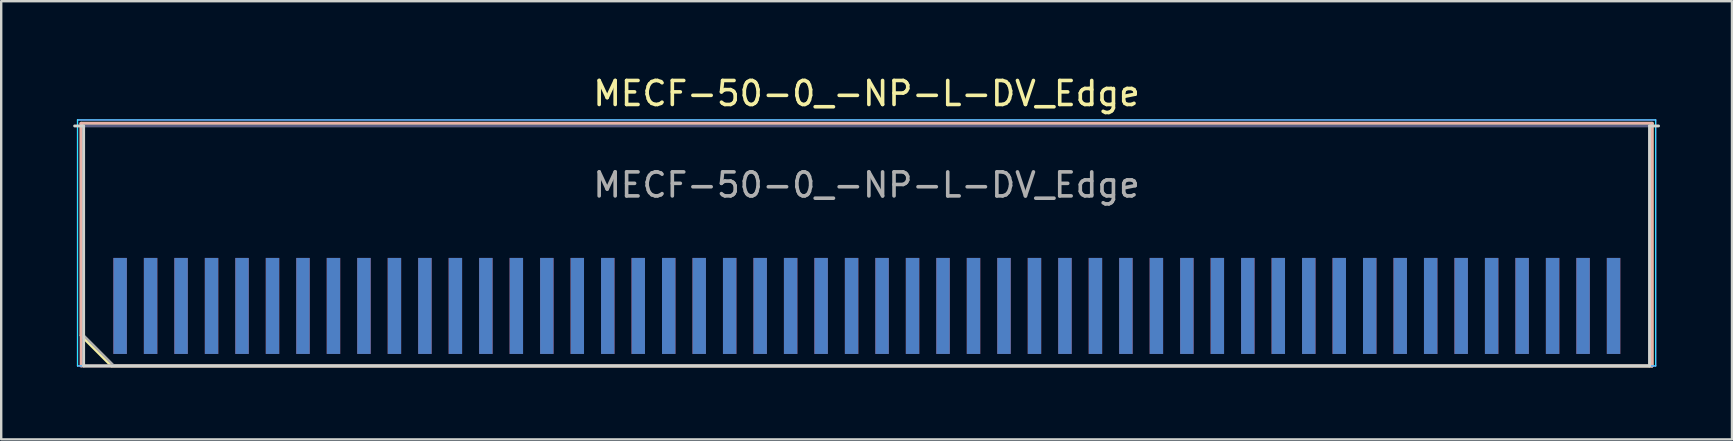
<source format=kicad_pcb>
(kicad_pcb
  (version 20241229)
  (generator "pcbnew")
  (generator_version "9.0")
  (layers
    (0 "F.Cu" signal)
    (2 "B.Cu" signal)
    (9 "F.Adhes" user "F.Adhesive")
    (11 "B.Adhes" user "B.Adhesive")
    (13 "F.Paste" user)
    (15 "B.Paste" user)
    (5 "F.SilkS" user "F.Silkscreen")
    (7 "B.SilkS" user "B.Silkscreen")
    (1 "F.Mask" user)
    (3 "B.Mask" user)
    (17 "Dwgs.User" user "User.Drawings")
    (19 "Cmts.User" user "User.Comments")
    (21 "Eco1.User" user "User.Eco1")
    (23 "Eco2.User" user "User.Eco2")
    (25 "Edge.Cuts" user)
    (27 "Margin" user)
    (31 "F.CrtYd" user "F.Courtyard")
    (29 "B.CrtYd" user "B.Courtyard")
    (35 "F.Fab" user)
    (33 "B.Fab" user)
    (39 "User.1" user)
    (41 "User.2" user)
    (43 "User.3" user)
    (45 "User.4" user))
  (footprint "MECF-50-0_-NP-L-DV_Edge"
    (layer "F.Cu")
    (at 33.06 7.198)
    (property "Reference" "MECF-50-0_-NP-L-DV_Edge" (at 0 -6.35 0) (layer "F.SilkS") (effects (font (size 1 1) (thickness 0.15))))
    (attr exclude_from_pos_files exclude_from_bom)
    (fp_line (start -32.73 -5.11) (end 32.73 -5.11) (stroke (width 0.12) (type solid)) (layer "F.SilkS"))
    (fp_line (start -32.73 3.73) (end -32.73 -5.11) (stroke (width 0.12) (type solid)) (layer "F.SilkS"))
    (fp_line (start -31.46 5) (end -32.73 3.73) (stroke (width 0.12) (type solid)) (layer "F.SilkS"))
    (fp_line (start -31.46 5) (end 32.73 5) (stroke (width 0.12) (type solid)) (layer "F.SilkS"))
    (fp_line (start 32.73 5) (end 32.73 -5.11) (stroke (width 0.12) (type solid)) (layer "F.SilkS"))
    (fp_line (start -32.73 -5.11) (end 32.73 -5.11) (stroke (width 0.12) (type solid)) (layer "B.SilkS"))
    (fp_line (start -32.73 5) (end -32.73 -5.11) (stroke (width 0.12) (type solid)) (layer "B.SilkS"))
    (fp_line (start -32.73 5) (end 32.73 5) (stroke (width 0.12) (type solid)) (layer "B.SilkS"))
    (fp_line (start 32.73 5) (end 32.73 -5.11) (stroke (width 0.12) (type solid)) (layer "B.SilkS"))
    (fp_line (start -33 -5) (end -32.625 -5) (stroke (width 0.12) (type solid)) (layer "Edge.Cuts"))
    (fp_line (start -32.625 5) (end -32.625 -5) (stroke (width 0.12) (type solid)) (layer "Edge.Cuts"))
    (fp_line (start -32.625 5) (end 32.625 5) (stroke (width 0.12) (type solid)) (layer "Edge.Cuts"))
    (fp_line (start 32.625 5) (end 32.625 -5) (stroke (width 0.12) (type solid)) (layer "Edge.Cuts"))
    (fp_line (start 33 -5) (end 32.625 -5) (stroke (width 0.12) (type solid)) (layer "Edge.Cuts"))
    (fp_line (start -32.88 -5.25) (end -32.88 5) (stroke (width 0.05) (type solid)) (layer "B.CrtYd"))
    (fp_line (start -32.88 5) (end 32.88 5) (stroke (width 0.05) (type solid)) (layer "B.CrtYd"))
    (fp_line (start 32.88 -5.25) (end -32.88 -5.25) (stroke (width 0.05) (type solid)) (layer "B.CrtYd"))
    (fp_line (start 32.88 5) (end 32.88 -5.25) (stroke (width 0.05) (type solid)) (layer "B.CrtYd"))
    (fp_line (start -32.88 -5.25) (end -32.88 5) (stroke (width 0.05) (type solid)) (layer "F.CrtYd"))
    (fp_line (start -32.88 5) (end 32.88 5) (stroke (width 0.05) (type solid)) (layer "F.CrtYd"))
    (fp_line (start 32.88 -5.25) (end -32.88 -5.25) (stroke (width 0.05) (type solid)) (layer "F.CrtYd"))
    (fp_line (start 32.88 5) (end 32.88 -5.25) (stroke (width 0.05) (type solid)) (layer "F.CrtYd"))
    (fp_line (start -32.625 -5) (end 32.625 -5) (stroke (width 0.1) (type solid)) (layer "B.Fab"))
    (fp_line (start -32.625 5) (end -32.625 -5) (stroke (width 0.1) (type solid)) (layer "B.Fab"))
    (fp_line (start -32.625 5) (end 32.625 5) (stroke (width 0.1) (type solid)) (layer "B.Fab"))
    (fp_line (start 32.625 5) (end 32.625 -5) (stroke (width 0.1) (type solid)) (layer "B.Fab"))
    (fp_line (start -32.625 -5) (end 32.625 -5) (stroke (width 0.1) (type solid)) (layer "F.Fab"))
    (fp_line (start -32.625 3.73) (end -32.625 -5) (stroke (width 0.1) (type solid)) (layer "F.Fab"))
    (fp_line (start -32.625 3.73) (end -31.355 5) (stroke (width 0.1) (type solid)) (layer "F.Fab"))
    (fp_line (start -31.355 5) (end 32.625 5) (stroke (width 0.1) (type solid)) (layer "F.Fab"))
    (fp_line (start 32.625 5) (end 32.625 -5) (stroke (width 0.1) (type solid)) (layer "F.Fab"))
    (fp_text user "${REFERENCE}" (at 0 -2.54 0) (layer "F.Fab") (effects (font (size 1 1) (thickness 0.15))))
    (pad "1" smd rect (at -31.105 2.5) (size 0.56 4) (layers "F.Cu" "F.Mask" "F.Paste"))
    (pad "2" smd rect (at -31.105 2.5) (size 0.56 4) (layers "B.Cu" "B.Mask" "B.Paste"))
    (pad "3" smd rect (at -29.835 2.5) (size 0.56 4) (layers "F.Cu" "F.Mask" "F.Paste"))
    (pad "4" smd rect (at -29.835 2.5) (size 0.56 4) (layers "B.Cu" "B.Mask" "B.Paste"))
    (pad "5" smd rect (at -28.565 2.5) (size 0.56 4) (layers "F.Cu" "F.Mask" "F.Paste"))
    (pad "6" smd rect (at -28.565 2.5) (size 0.56 4) (layers "B.Cu" "B.Mask" "B.Paste"))
    (pad "7" smd rect (at -27.295 2.5) (size 0.56 4) (layers "F.Cu" "F.Mask" "F.Paste"))
    (pad "8" smd rect (at -27.295 2.5) (size 0.56 4) (layers "B.Cu" "B.Mask" "B.Paste"))
    (pad "9" smd rect (at -26.025 2.5) (size 0.56 4) (layers "F.Cu" "F.Mask" "F.Paste"))
    (pad "10" smd rect (at -26.025 2.5) (size 0.56 4) (layers "B.Cu" "B.Mask" "B.Paste"))
    (pad "11" smd rect (at -24.755 2.5) (size 0.56 4) (layers "F.Cu" "F.Mask" "F.Paste"))
    (pad "12" smd rect (at -24.755 2.5) (size 0.56 4) (layers "B.Cu" "B.Mask" "B.Paste"))
    (pad "13" smd rect (at -23.485 2.5) (size 0.56 4) (layers "F.Cu" "F.Mask" "F.Paste"))
    (pad "14" smd rect (at -23.485 2.5) (size 0.56 4) (layers "B.Cu" "B.Mask" "B.Paste"))
    (pad "15" smd rect (at -22.215 2.5) (size 0.56 4) (layers "F.Cu" "F.Mask" "F.Paste"))
    (pad "16" smd rect (at -22.215 2.5) (size 0.56 4) (layers "B.Cu" "B.Mask" "B.Paste"))
    (pad "17" smd rect (at -20.945 2.5) (size 0.56 4) (layers "F.Cu" "F.Mask" "F.Paste"))
    (pad "18" smd rect (at -20.945 2.5) (size 0.56 4) (layers "B.Cu" "B.Mask" "B.Paste"))
    (pad "19" smd rect (at -19.675 2.5) (size 0.56 4) (layers "F.Cu" "F.Mask" "F.Paste"))
    (pad "20" smd rect (at -19.675 2.5) (size 0.56 4) (layers "B.Cu" "B.Mask" "B.Paste"))
    (pad "21" smd rect (at -18.405 2.5) (size 0.56 4) (layers "F.Cu" "F.Mask" "F.Paste"))
    (pad "22" smd rect (at -18.405 2.5) (size 0.56 4) (layers "B.Cu" "B.Mask" "B.Paste"))
    (pad "23" smd rect (at -17.135 2.5) (size 0.56 4) (layers "F.Cu" "F.Mask" "F.Paste"))
    (pad "24" smd rect (at -17.135 2.5) (size 0.56 4) (layers "B.Cu" "B.Mask" "B.Paste"))
    (pad "25" smd rect (at -15.865 2.5) (size 0.56 4) (layers "F.Cu" "F.Mask" "F.Paste"))
    (pad "26" smd rect (at -15.865 2.5) (size 0.56 4) (layers "B.Cu" "B.Mask" "B.Paste"))
    (pad "27" smd rect (at -14.595 2.5) (size 0.56 4) (layers "F.Cu" "F.Mask" "F.Paste"))
    (pad "28" smd rect (at -14.595 2.5) (size 0.56 4) (layers "B.Cu" "B.Mask" "B.Paste"))
    (pad "29" smd rect (at -13.325 2.5) (size 0.56 4) (layers "F.Cu" "F.Mask" "F.Paste"))
    (pad "30" smd rect (at -13.325 2.5) (size 0.56 4) (layers "B.Cu" "B.Mask" "B.Paste"))
    (pad "31" smd rect (at -12.055 2.5) (size 0.56 4) (layers "F.Cu" "F.Mask" "F.Paste"))
    (pad "32" smd rect (at -12.055 2.5) (size 0.56 4) (layers "B.Cu" "B.Mask" "B.Paste"))
    (pad "33" smd rect (at -10.785 2.5) (size 0.56 4) (layers "F.Cu" "F.Mask" "F.Paste"))
    (pad "34" smd rect (at -10.785 2.5) (size 0.56 4) (layers "B.Cu" "B.Mask" "B.Paste"))
    (pad "35" smd rect (at -9.515 2.5) (size 0.56 4) (layers "F.Cu" "F.Mask" "F.Paste"))
    (pad "36" smd rect (at -9.515 2.5) (size 0.56 4) (layers "B.Cu" "B.Mask" "B.Paste"))
    (pad "37" smd rect (at -8.245 2.5) (size 0.56 4) (layers "F.Cu" "F.Mask" "F.Paste"))
    (pad "38" smd rect (at -8.245 2.5) (size 0.56 4) (layers "B.Cu" "B.Mask" "B.Paste"))
    (pad "39" smd rect (at -6.975 2.5) (size 0.56 4) (layers "F.Cu" "F.Mask" "F.Paste"))
    (pad "40" smd rect (at -6.975 2.5) (size 0.56 4) (layers "B.Cu" "B.Mask" "B.Paste"))
    (pad "41" smd rect (at -5.705 2.5) (size 0.56 4) (layers "F.Cu" "F.Mask" "F.Paste"))
    (pad "42" smd rect (at -5.705 2.5) (size 0.56 4) (layers "B.Cu" "B.Mask" "B.Paste"))
    (pad "43" smd rect (at -4.435 2.5) (size 0.56 4) (layers "F.Cu" "F.Mask" "F.Paste"))
    (pad "44" smd rect (at -4.435 2.5) (size 0.56 4) (layers "B.Cu" "B.Mask" "B.Paste"))
    (pad "45" smd rect (at -3.165 2.5) (size 0.56 4) (layers "F.Cu" "F.Mask" "F.Paste"))
    (pad "46" smd rect (at -3.165 2.5) (size 0.56 4) (layers "B.Cu" "B.Mask" "B.Paste"))
    (pad "47" smd rect (at -1.895 2.5) (size 0.56 4) (layers "F.Cu" "F.Mask" "F.Paste"))
    (pad "48" smd rect (at -1.895 2.5) (size 0.56 4) (layers "B.Cu" "B.Mask" "B.Paste"))
    (pad "49" smd rect (at -0.625 2.5) (size 0.56 4) (layers "F.Cu" "F.Mask" "F.Paste"))
    (pad "50" smd rect (at -0.625 2.5) (size 0.56 4) (layers "B.Cu" "B.Mask" "B.Paste"))
    (pad "51" smd rect (at 0.645 2.5) (size 0.56 4) (layers "F.Cu" "F.Mask" "F.Paste"))
    (pad "52" smd rect (at 0.645 2.5) (size 0.56 4) (layers "B.Cu" "B.Mask" "B.Paste"))
    (pad "53" smd rect (at 1.915 2.5) (size 0.56 4) (layers "F.Cu" "F.Mask" "F.Paste"))
    (pad "54" smd rect (at 1.915 2.5) (size 0.56 4) (layers "B.Cu" "B.Mask" "B.Paste"))
    (pad "55" smd rect (at 3.185 2.5) (size 0.56 4) (layers "F.Cu" "F.Mask" "F.Paste"))
    (pad "56" smd rect (at 3.185 2.5) (size 0.56 4) (layers "B.Cu" "B.Mask" "B.Paste"))
    (pad "57" smd rect (at 4.455 2.5) (size 0.56 4) (layers "F.Cu" "F.Mask" "F.Paste"))
    (pad "58" smd rect (at 4.455 2.5) (size 0.56 4) (layers "B.Cu" "B.Mask" "B.Paste"))
    (pad "59" smd rect (at 5.725 2.5) (size 0.56 4) (layers "F.Cu" "F.Mask" "F.Paste"))
    (pad "60" smd rect (at 5.725 2.5) (size 0.56 4) (layers "B.Cu" "B.Mask" "B.Paste"))
    (pad "61" smd rect (at 6.995 2.5) (size 0.56 4) (layers "F.Cu" "F.Mask" "F.Paste"))
    (pad "62" smd rect (at 6.995 2.5) (size 0.56 4) (layers "B.Cu" "B.Mask" "B.Paste"))
    (pad "63" smd rect (at 8.265 2.5) (size 0.56 4) (layers "F.Cu" "F.Mask" "F.Paste"))
    (pad "64" smd rect (at 8.265 2.5) (size 0.56 4) (layers "B.Cu" "B.Mask" "B.Paste"))
    (pad "65" smd rect (at 9.535 2.5) (size 0.56 4) (layers "F.Cu" "F.Mask" "F.Paste"))
    (pad "66" smd rect (at 9.535 2.5) (size 0.56 4) (layers "B.Cu" "B.Mask" "B.Paste"))
    (pad "67" smd rect (at 10.805 2.5) (size 0.56 4) (layers "F.Cu" "F.Mask" "F.Paste"))
    (pad "68" smd rect (at 10.805 2.5) (size 0.56 4) (layers "B.Cu" "B.Mask" "B.Paste"))
    (pad "69" smd rect (at 12.075 2.5) (size 0.56 4) (layers "F.Cu" "F.Mask" "F.Paste"))
    (pad "70" smd rect (at 12.075 2.5) (size 0.56 4) (layers "B.Cu" "B.Mask" "B.Paste"))
    (pad "71" smd rect (at 13.345 2.5) (size 0.56 4) (layers "F.Cu" "F.Mask" "F.Paste"))
    (pad "72" smd rect (at 13.345 2.5) (size 0.56 4) (layers "B.Cu" "B.Mask" "B.Paste"))
    (pad "73" smd rect (at 14.615 2.5) (size 0.56 4) (layers "F.Cu" "F.Mask" "F.Paste"))
    (pad "74" smd rect (at 14.615 2.5) (size 0.56 4) (layers "B.Cu" "B.Mask" "B.Paste"))
    (pad "75" smd rect (at 15.885 2.5) (size 0.56 4) (layers "F.Cu" "F.Mask" "F.Paste"))
    (pad "76" smd rect (at 15.885 2.5) (size 0.56 4) (layers "B.Cu" "B.Mask" "B.Paste"))
    (pad "77" smd rect (at 17.155 2.5) (size 0.56 4) (layers "F.Cu" "F.Mask" "F.Paste"))
    (pad "78" smd rect (at 17.155 2.5) (size 0.56 4) (layers "B.Cu" "B.Mask" "B.Paste"))
    (pad "79" smd rect (at 18.425 2.5) (size 0.56 4) (layers "F.Cu" "F.Mask" "F.Paste"))
    (pad "80" smd rect (at 18.425 2.5) (size 0.56 4) (layers "B.Cu" "B.Mask" "B.Paste"))
    (pad "81" smd rect (at 19.695 2.5) (size 0.56 4) (layers "F.Cu" "F.Mask" "F.Paste"))
    (pad "82" smd rect (at 19.695 2.5) (size 0.56 4) (layers "B.Cu" "B.Mask" "B.Paste"))
    (pad "83" smd rect (at 20.965 2.5) (size 0.56 4) (layers "F.Cu" "F.Mask" "F.Paste"))
    (pad "84" smd rect (at 20.965 2.5) (size 0.56 4) (layers "B.Cu" "B.Mask" "B.Paste"))
    (pad "85" smd rect (at 22.235 2.5) (size 0.56 4) (layers "F.Cu" "F.Mask" "F.Paste"))
    (pad "86" smd rect (at 22.235 2.5) (size 0.56 4) (layers "B.Cu" "B.Mask" "B.Paste"))
    (pad "87" smd rect (at 23.505 2.5) (size 0.56 4) (layers "F.Cu" "F.Mask" "F.Paste"))
    (pad "88" smd rect (at 23.505 2.5) (size 0.56 4) (layers "B.Cu" "B.Mask" "B.Paste"))
    (pad "89" smd rect (at 24.775 2.5) (size 0.56 4) (layers "F.Cu" "F.Mask" "F.Paste"))
    (pad "90" smd rect (at 24.775 2.5) (size 0.56 4) (layers "B.Cu" "B.Mask" "B.Paste"))
    (pad "91" smd rect (at 26.045 2.5) (size 0.56 4) (layers "F.Cu" "F.Mask" "F.Paste"))
    (pad "92" smd rect (at 26.045 2.5) (size 0.56 4) (layers "B.Cu" "B.Mask" "B.Paste"))
    (pad "93" smd rect (at 27.315 2.5) (size 0.56 4) (layers "F.Cu" "F.Mask" "F.Paste"))
    (pad "94" smd rect (at 27.315 2.5) (size 0.56 4) (layers "B.Cu" "B.Mask" "B.Paste"))
    (pad "95" smd rect (at 28.585 2.5) (size 0.56 4) (layers "F.Cu" "F.Mask" "F.Paste"))
    (pad "96" smd rect (at 28.585 2.5) (size 0.56 4) (layers "B.Cu" "B.Mask" "B.Paste"))
    (pad "97" smd rect (at 29.855 2.5) (size 0.56 4) (layers "F.Cu" "F.Mask" "F.Paste"))
    (pad "98" smd rect (at 29.855 2.5) (size 0.56 4) (layers "B.Cu" "B.Mask" "B.Paste"))
    (pad "99" smd rect (at 31.125 2.5) (size 0.56 4) (layers "F.Cu" "F.Mask" "F.Paste"))
    (pad "100" smd rect (at 31.125 2.5) (size 0.56 4) (layers "B.Cu" "B.Mask" "B.Paste")))
  (gr_rect
    (start -3 -3)
    (end 69.12 15.258)
    (stroke (width 0.1) (type default))
    (fill no)
    (layer "Edge.Cuts")))
</source>
